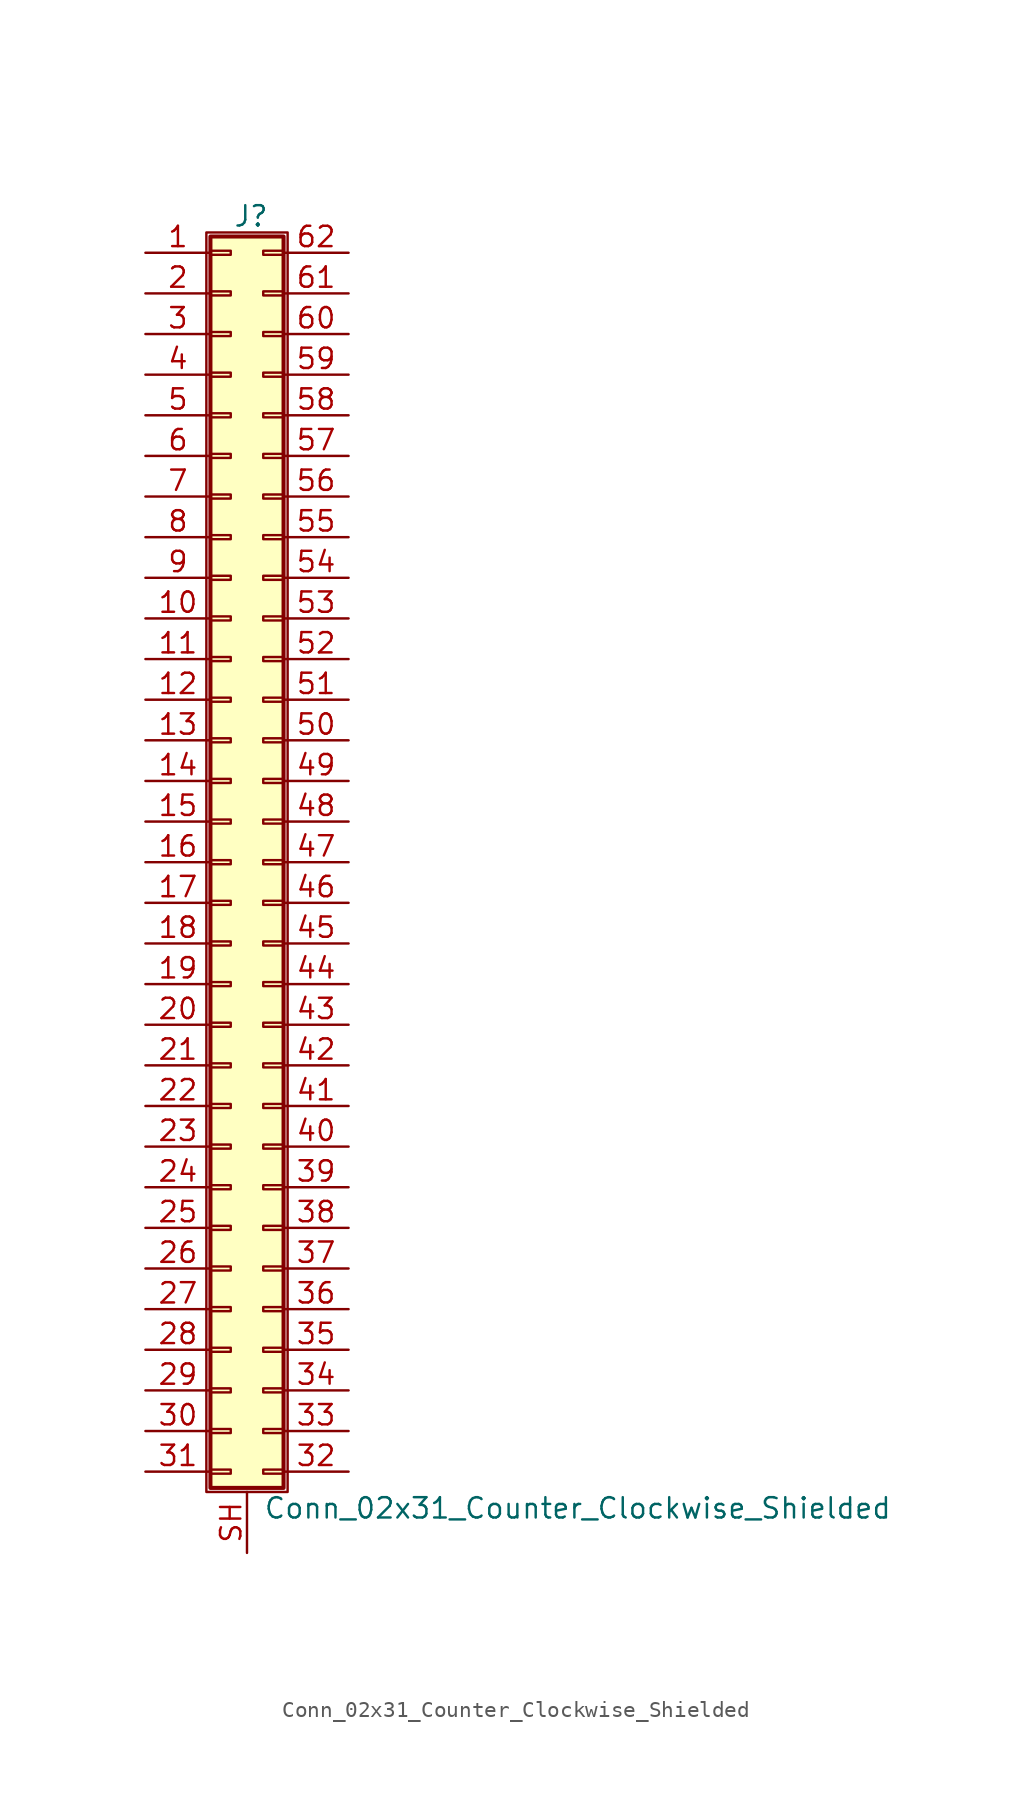
<source format=kicad_sym>
(kicad_symbol_lib
  (version 20201005)
  (generator kicad_symbol_editor)
  (symbol "Connector_Generic_Shielded:Conn_02x31_Counter_Clockwise_Shielded"
    (pin_names
      (offset 1.016) hide)
    (property "Reference" "J"
      (at 1.524 40.386 0)
      (effects (font (size 1.27 1.27))))
    (property "Value" "Conn_02x31_Counter_Clockwise_Shielded"
      (at 2.286 -40.386 0)
      (effects (font (size 1.27 1.27)) (justify left)))
    (symbol "Conn_02x31_Counter_Clockwise_Shielded_1_1"
      (rectangle (start -1.016 -27.813) (end 0.254 -28.067) (stroke (width 0.152)) (fill (type none)))
      (rectangle (start -1.016 -30.353) (end 0.254 -30.607) (stroke (width 0.152)) (fill (type none)))
      (rectangle (start -1.016 -32.893) (end 0.254 -33.147) (stroke (width 0.152)) (fill (type none)))
      (rectangle (start -1.016 -35.433) (end 0.254 -35.687) (stroke (width 0.152)) (fill (type none)))
      (rectangle (start -1.016 -37.973) (end 0.254 -38.227) (stroke (width 0.152)) (fill (type none)))
      (rectangle (start -1.016 -4.953) (end 0.254 -5.207) (stroke (width 0.152)) (fill (type none)))
      (rectangle (start -1.016 -7.493) (end 0.254 -7.747) (stroke (width 0.152)) (fill (type none)))
      (rectangle (start -1.016 -10.033) (end 0.254 -10.287) (stroke (width 0.152)) (fill (type none)))
      (rectangle (start -1.016 -12.573) (end 0.254 -12.827) (stroke (width 0.152)) (fill (type none)))
      (rectangle (start -1.016 -15.113) (end 0.254 -15.367) (stroke (width 0.152)) (fill (type none)))
      (rectangle (start -1.016 -17.653) (end 0.254 -17.907) (stroke (width 0.152)) (fill (type none)))
      (rectangle (start -1.016 -20.193) (end 0.254 -20.447) (stroke (width 0.152)) (fill (type none)))
      (rectangle (start -1.016 -22.733) (end 0.254 -22.987) (stroke (width 0.152)) (fill (type none)))
      (rectangle (start -1.016 -2.413) (end 0.254 -2.667) (stroke (width 0.152)) (fill (type none)))
      (rectangle (start -1.016 -25.273) (end 0.254 -25.527) (stroke (width 0.152)) (fill (type none)))
      (rectangle (start -1.016 25.527) (end 0.254 25.273) (stroke (width 0.152)) (fill (type none)))
      (rectangle (start -1.016 2.667) (end 0.254 2.413) (stroke (width 0.152)) (fill (type none)))
      (rectangle (start -1.016 28.067) (end 0.254 27.813) (stroke (width 0.152)) (fill (type none)))
      (rectangle (start -1.016 30.607) (end 0.254 30.353) (stroke (width 0.152)) (fill (type none)))
      (rectangle (start -1.016 33.147) (end 0.254 32.893) (stroke (width 0.152)) (fill (type none)))
      (rectangle (start -1.016 35.687) (end 0.254 35.433) (stroke (width 0.152)) (fill (type none)))
      (rectangle (start -1.016 38.227) (end 0.254 37.973) (stroke (width 0.152)) (fill (type none)))
      (rectangle (start -1.016 39.116) (end 3.556 -39.116) (stroke (width 0.254)) (fill (type background)))
      (rectangle (start -1.016 5.207) (end 0.254 4.953) (stroke (width 0.152)) (fill (type none)))
      (rectangle (start -1.016 7.747) (end 0.254 7.493) (stroke (width 0.152)) (fill (type none)))
      (rectangle (start -1.016 10.287) (end 0.254 10.033) (stroke (width 0.152)) (fill (type none)))
      (rectangle (start -1.016 0.127) (end 0.254 -0.127) (stroke (width 0.152)) (fill (type none)))
      (rectangle (start -1.016 12.827) (end 0.254 12.573) (stroke (width 0.152)) (fill (type none)))
      (rectangle (start -1.016 15.367) (end 0.254 15.113) (stroke (width 0.152)) (fill (type none)))
      (rectangle (start -1.016 17.907) (end 0.254 17.653) (stroke (width 0.152)) (fill (type none)))
      (rectangle (start -1.016 20.447) (end 0.254 20.193) (stroke (width 0.152)) (fill (type none)))
      (rectangle (start -1.016 22.987) (end 0.254 22.733) (stroke (width 0.152)) (fill (type none)))
      (rectangle (start -1.27 39.37) (end 3.81 -39.37) (stroke (width 0.152)) (fill (type none)))
      (rectangle (start 3.556 -27.813) (end 2.286 -28.067) (stroke (width 0.152)) (fill (type none)))
      (rectangle (start 3.556 -30.353) (end 2.286 -30.607) (stroke (width 0.152)) (fill (type none)))
      (rectangle (start 3.556 -32.893) (end 2.286 -33.147) (stroke (width 0.152)) (fill (type none)))
      (rectangle (start 3.556 -35.433) (end 2.286 -35.687) (stroke (width 0.152)) (fill (type none)))
      (rectangle (start 3.556 -37.973) (end 2.286 -38.227) (stroke (width 0.152)) (fill (type none)))
      (rectangle (start 3.556 -4.953) (end 2.286 -5.207) (stroke (width 0.152)) (fill (type none)))
      (rectangle (start 3.556 -7.493) (end 2.286 -7.747) (stroke (width 0.152)) (fill (type none)))
      (rectangle (start 3.556 -10.033) (end 2.286 -10.287) (stroke (width 0.152)) (fill (type none)))
      (rectangle (start 3.556 -12.573) (end 2.286 -12.827) (stroke (width 0.152)) (fill (type none)))
      (rectangle (start 3.556 -15.113) (end 2.286 -15.367) (stroke (width 0.152)) (fill (type none)))
      (rectangle (start 3.556 -17.653) (end 2.286 -17.907) (stroke (width 0.152)) (fill (type none)))
      (rectangle (start 3.556 -20.193) (end 2.286 -20.447) (stroke (width 0.152)) (fill (type none)))
      (rectangle (start 3.556 -22.733) (end 2.286 -22.987) (stroke (width 0.152)) (fill (type none)))
      (rectangle (start 3.556 -2.413) (end 2.286 -2.667) (stroke (width 0.152)) (fill (type none)))
      (rectangle (start 3.556 -25.273) (end 2.286 -25.527) (stroke (width 0.152)) (fill (type none)))
      (rectangle (start 3.556 25.527) (end 2.286 25.273) (stroke (width 0.152)) (fill (type none)))
      (rectangle (start 3.556 2.667) (end 2.286 2.413) (stroke (width 0.152)) (fill (type none)))
      (rectangle (start 3.556 28.067) (end 2.286 27.813) (stroke (width 0.152)) (fill (type none)))
      (rectangle (start 3.556 30.607) (end 2.286 30.353) (stroke (width 0.152)) (fill (type none)))
      (rectangle (start 3.556 33.147) (end 2.286 32.893) (stroke (width 0.152)) (fill (type none)))
      (rectangle (start 3.556 35.687) (end 2.286 35.433) (stroke (width 0.152)) (fill (type none)))
      (rectangle (start 3.556 38.227) (end 2.286 37.973) (stroke (width 0.152)) (fill (type none)))
      (rectangle (start 3.556 5.207) (end 2.286 4.953) (stroke (width 0.152)) (fill (type none)))
      (rectangle (start 3.556 7.747) (end 2.286 7.493) (stroke (width 0.152)) (fill (type none)))
      (rectangle (start 3.556 10.287) (end 2.286 10.033) (stroke (width 0.152)) (fill (type none)))
      (rectangle (start 3.556 0.127) (end 2.286 -0.127) (stroke (width 0.152)) (fill (type none)))
      (rectangle (start 3.556 12.827) (end 2.286 12.573) (stroke (width 0.152)) (fill (type none)))
      (rectangle (start 3.556 15.367) (end 2.286 15.113) (stroke (width 0.152)) (fill (type none)))
      (rectangle (start 3.556 17.907) (end 2.286 17.653) (stroke (width 0.152)) (fill (type none)))
      (rectangle (start 3.556 20.447) (end 2.286 20.193) (stroke (width 0.152)) (fill (type none)))
      (rectangle (start 3.556 22.987) (end 2.286 22.733) (stroke (width 0.152)) (fill (type none)))
      (pin passive line (at -5.08 38.1 0) (length 4.064) (name "Pin_1" (effects (font (size 1.27 1.27)))) (number "1" (effects (font (size 1.27 1.27)))))
      (pin passive line (at -5.08 15.24 0) (length 4.064) (name "Pin_10" (effects (font (size 1.27 1.27)))) (number "10" (effects (font (size 1.27 1.27)))))
      (pin passive line (at -5.08 12.7 0) (length 4.064) (name "Pin_11" (effects (font (size 1.27 1.27)))) (number "11" (effects (font (size 1.27 1.27)))))
      (pin passive line (at -5.08 10.16 0) (length 4.064) (name "Pin_12" (effects (font (size 1.27 1.27)))) (number "12" (effects (font (size 1.27 1.27)))))
      (pin passive line (at -5.08 7.62 0) (length 4.064) (name "Pin_13" (effects (font (size 1.27 1.27)))) (number "13" (effects (font (size 1.27 1.27)))))
      (pin passive line (at -5.08 5.08 0) (length 4.064) (name "Pin_14" (effects (font (size 1.27 1.27)))) (number "14" (effects (font (size 1.27 1.27)))))
      (pin passive line (at -5.08 2.54 0) (length 4.064) (name "Pin_15" (effects (font (size 1.27 1.27)))) (number "15" (effects (font (size 1.27 1.27)))))
      (pin passive line (at -5.08 0 0) (length 4.064) (name "Pin_16" (effects (font (size 1.27 1.27)))) (number "16" (effects (font (size 1.27 1.27)))))
      (pin passive line (at -5.08 -2.54 0) (length 4.064) (name "Pin_17" (effects (font (size 1.27 1.27)))) (number "17" (effects (font (size 1.27 1.27)))))
      (pin passive line (at -5.08 -5.08 0) (length 4.064) (name "Pin_18" (effects (font (size 1.27 1.27)))) (number "18" (effects (font (size 1.27 1.27)))))
      (pin passive line (at -5.08 -7.62 0) (length 4.064) (name "Pin_19" (effects (font (size 1.27 1.27)))) (number "19" (effects (font (size 1.27 1.27)))))
      (pin passive line (at -5.08 35.56 0) (length 4.064) (name "Pin_2" (effects (font (size 1.27 1.27)))) (number "2" (effects (font (size 1.27 1.27)))))
      (pin passive line (at -5.08 -10.16 0) (length 4.064) (name "Pin_20" (effects (font (size 1.27 1.27)))) (number "20" (effects (font (size 1.27 1.27)))))
      (pin passive line (at -5.08 -12.7 0) (length 4.064) (name "Pin_21" (effects (font (size 1.27 1.27)))) (number "21" (effects (font (size 1.27 1.27)))))
      (pin passive line (at -5.08 -15.24 0) (length 4.064) (name "Pin_22" (effects (font (size 1.27 1.27)))) (number "22" (effects (font (size 1.27 1.27)))))
      (pin passive line (at -5.08 -17.78 0) (length 4.064) (name "Pin_23" (effects (font (size 1.27 1.27)))) (number "23" (effects (font (size 1.27 1.27)))))
      (pin passive line (at -5.08 -20.32 0) (length 4.064) (name "Pin_24" (effects (font (size 1.27 1.27)))) (number "24" (effects (font (size 1.27 1.27)))))
      (pin passive line (at -5.08 -22.86 0) (length 4.064) (name "Pin_25" (effects (font (size 1.27 1.27)))) (number "25" (effects (font (size 1.27 1.27)))))
      (pin passive line (at -5.08 -25.4 0) (length 4.064) (name "Pin_26" (effects (font (size 1.27 1.27)))) (number "26" (effects (font (size 1.27 1.27)))))
      (pin passive line (at -5.08 -27.94 0) (length 4.064) (name "Pin_27" (effects (font (size 1.27 1.27)))) (number "27" (effects (font (size 1.27 1.27)))))
      (pin passive line (at -5.08 -30.48 0) (length 4.064) (name "Pin_28" (effects (font (size 1.27 1.27)))) (number "28" (effects (font (size 1.27 1.27)))))
      (pin passive line (at -5.08 -33.02 0) (length 4.064) (name "Pin_29" (effects (font (size 1.27 1.27)))) (number "29" (effects (font (size 1.27 1.27)))))
      (pin passive line (at -5.08 33.02 0) (length 4.064) (name "Pin_3" (effects (font (size 1.27 1.27)))) (number "3" (effects (font (size 1.27 1.27)))))
      (pin passive line (at -5.08 -35.56 0) (length 4.064) (name "Pin_30" (effects (font (size 1.27 1.27)))) (number "30" (effects (font (size 1.27 1.27)))))
      (pin passive line (at -5.08 -38.1 0) (length 4.064) (name "Pin_31" (effects (font (size 1.27 1.27)))) (number "31" (effects (font (size 1.27 1.27)))))
      (pin passive line (at 7.62 -38.1 180) (length 4.064) (name "Pin_32" (effects (font (size 1.27 1.27)))) (number "32" (effects (font (size 1.27 1.27)))))
      (pin passive line (at 7.62 -35.56 180) (length 4.064) (name "Pin_33" (effects (font (size 1.27 1.27)))) (number "33" (effects (font (size 1.27 1.27)))))
      (pin passive line (at 7.62 -33.02 180) (length 4.064) (name "Pin_34" (effects (font (size 1.27 1.27)))) (number "34" (effects (font (size 1.27 1.27)))))
      (pin passive line (at 7.62 -30.48 180) (length 4.064) (name "Pin_35" (effects (font (size 1.27 1.27)))) (number "35" (effects (font (size 1.27 1.27)))))
      (pin passive line (at 7.62 -27.94 180) (length 4.064) (name "Pin_36" (effects (font (size 1.27 1.27)))) (number "36" (effects (font (size 1.27 1.27)))))
      (pin passive line (at 7.62 -25.4 180) (length 4.064) (name "Pin_37" (effects (font (size 1.27 1.27)))) (number "37" (effects (font (size 1.27 1.27)))))
      (pin passive line (at 7.62 -22.86 180) (length 4.064) (name "Pin_38" (effects (font (size 1.27 1.27)))) (number "38" (effects (font (size 1.27 1.27)))))
      (pin passive line (at 7.62 -20.32 180) (length 4.064) (name "Pin_39" (effects (font (size 1.27 1.27)))) (number "39" (effects (font (size 1.27 1.27)))))
      (pin passive line (at -5.08 30.48 0) (length 4.064) (name "Pin_4" (effects (font (size 1.27 1.27)))) (number "4" (effects (font (size 1.27 1.27)))))
      (pin passive line (at 7.62 -17.78 180) (length 4.064) (name "Pin_40" (effects (font (size 1.27 1.27)))) (number "40" (effects (font (size 1.27 1.27)))))
      (pin passive line (at 7.62 -15.24 180) (length 4.064) (name "Pin_41" (effects (font (size 1.27 1.27)))) (number "41" (effects (font (size 1.27 1.27)))))
      (pin passive line (at 7.62 -12.7 180) (length 4.064) (name "Pin_42" (effects (font (size 1.27 1.27)))) (number "42" (effects (font (size 1.27 1.27)))))
      (pin passive line (at 7.62 -10.16 180) (length 4.064) (name "Pin_43" (effects (font (size 1.27 1.27)))) (number "43" (effects (font (size 1.27 1.27)))))
      (pin passive line (at 7.62 -7.62 180) (length 4.064) (name "Pin_44" (effects (font (size 1.27 1.27)))) (number "44" (effects (font (size 1.27 1.27)))))
      (pin passive line (at 7.62 -5.08 180) (length 4.064) (name "Pin_45" (effects (font (size 1.27 1.27)))) (number "45" (effects (font (size 1.27 1.27)))))
      (pin passive line (at 7.62 -2.54 180) (length 4.064) (name "Pin_46" (effects (font (size 1.27 1.27)))) (number "46" (effects (font (size 1.27 1.27)))))
      (pin passive line (at 7.62 0 180) (length 4.064) (name "Pin_47" (effects (font (size 1.27 1.27)))) (number "47" (effects (font (size 1.27 1.27)))))
      (pin passive line (at 7.62 2.54 180) (length 4.064) (name "Pin_48" (effects (font (size 1.27 1.27)))) (number "48" (effects (font (size 1.27 1.27)))))
      (pin passive line (at 7.62 5.08 180) (length 4.064) (name "Pin_49" (effects (font (size 1.27 1.27)))) (number "49" (effects (font (size 1.27 1.27)))))
      (pin passive line (at -5.08 27.94 0) (length 4.064) (name "Pin_5" (effects (font (size 1.27 1.27)))) (number "5" (effects (font (size 1.27 1.27)))))
      (pin passive line (at 7.62 7.62 180) (length 4.064) (name "Pin_50" (effects (font (size 1.27 1.27)))) (number "50" (effects (font (size 1.27 1.27)))))
      (pin passive line (at 7.62 10.16 180) (length 4.064) (name "Pin_51" (effects (font (size 1.27 1.27)))) (number "51" (effects (font (size 1.27 1.27)))))
      (pin passive line (at 7.62 12.7 180) (length 4.064) (name "Pin_52" (effects (font (size 1.27 1.27)))) (number "52" (effects (font (size 1.27 1.27)))))
      (pin passive line (at 7.62 15.24 180) (length 4.064) (name "Pin_53" (effects (font (size 1.27 1.27)))) (number "53" (effects (font (size 1.27 1.27)))))
      (pin passive line (at 7.62 17.78 180) (length 4.064) (name "Pin_54" (effects (font (size 1.27 1.27)))) (number "54" (effects (font (size 1.27 1.27)))))
      (pin passive line (at 7.62 20.32 180) (length 4.064) (name "Pin_55" (effects (font (size 1.27 1.27)))) (number "55" (effects (font (size 1.27 1.27)))))
      (pin passive line (at 7.62 22.86 180) (length 4.064) (name "Pin_56" (effects (font (size 1.27 1.27)))) (number "56" (effects (font (size 1.27 1.27)))))
      (pin passive line (at 7.62 25.4 180) (length 4.064) (name "Pin_57" (effects (font (size 1.27 1.27)))) (number "57" (effects (font (size 1.27 1.27)))))
      (pin passive line (at 7.62 27.94 180) (length 4.064) (name "Pin_58" (effects (font (size 1.27 1.27)))) (number "58" (effects (font (size 1.27 1.27)))))
      (pin passive line (at 7.62 30.48 180) (length 4.064) (name "Pin_59" (effects (font (size 1.27 1.27)))) (number "59" (effects (font (size 1.27 1.27)))))
      (pin passive line (at -5.08 25.4 0) (length 4.064) (name "Pin_6" (effects (font (size 1.27 1.27)))) (number "6" (effects (font (size 1.27 1.27)))))
      (pin passive line (at 7.62 33.02 180) (length 4.064) (name "Pin_60" (effects (font (size 1.27 1.27)))) (number "60" (effects (font (size 1.27 1.27)))))
      (pin passive line (at 7.62 35.56 180) (length 4.064) (name "Pin_61" (effects (font (size 1.27 1.27)))) (number "61" (effects (font (size 1.27 1.27)))))
      (pin passive line (at 7.62 38.1 180) (length 4.064) (name "Pin_62" (effects (font (size 1.27 1.27)))) (number "62" (effects (font (size 1.27 1.27)))))
      (pin passive line (at -5.08 22.86 0) (length 4.064) (name "Pin_7" (effects (font (size 1.27 1.27)))) (number "7" (effects (font (size 1.27 1.27)))))
      (pin passive line (at -5.08 20.32 0) (length 4.064) (name "Pin_8" (effects (font (size 1.27 1.27)))) (number "8" (effects (font (size 1.27 1.27)))))
      (pin passive line (at -5.08 17.78 0) (length 4.064) (name "Pin_9" (effects (font (size 1.27 1.27)))) (number "9" (effects (font (size 1.27 1.27)))))
      (pin passive line (at 1.27 -43.18 90) (length 3.81) (name "Shield" (effects (font (size 1.27 1.27)))) (number "SH" (effects (font (size 1.27 1.27))))))))
</source>
